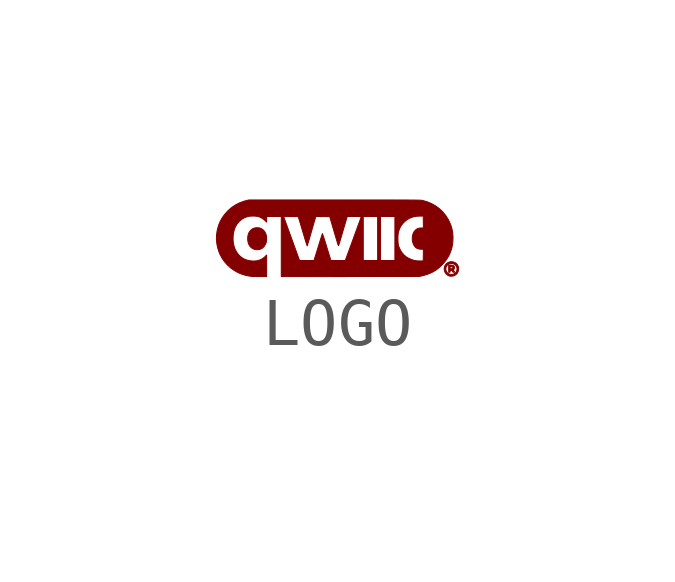
<source format=kicad_sym>
(kicad_symbol_lib
  (version 20210619)
  (generator bitmap2component)
  (symbol "LOGO"
    (pin_names
      (offset 1.016))
    (property "Reference" "#G"
      (at 0 0.697 0)
      (effects (font (size 1.27 1.27)) hide))
    (symbol "LOGO_0_0"
      (polyline (pts (xy 1.749 -0.843) (xy 1.807 -0.829) (xy 1.834 -0.823) (xy 1.925 -0.795) (xy 2.009 -0.759) (xy 2.086 -0.715) (xy 2.157 -0.661) (xy 2.225 -0.597) (xy 2.251 -0.569) (xy 2.312 -0.492) (xy 2.361 -0.411) (xy 2.399 -0.326) (xy 2.427 -0.236) (xy 2.443 -0.141) (xy 2.448 -0.042) (xy 2.448 -0.017) (xy 2.441 0.074) (xy 2.424 0.159) (xy 2.398 0.242) (xy 2.36 0.325) (xy 2.348 0.347) (xy 2.296 0.429) (xy 2.235 0.504) (xy 2.165 0.57) (xy 2.088 0.627) (xy 2.004 0.675) (xy 1.913 0.713) (xy 1.815 0.742) (xy 1.811 0.743) (xy 1.806 0.744) (xy 1.799 0.745) (xy 1.792 0.746) (xy 1.783 0.747) (xy 1.771 0.747) (xy 1.757 0.748) (xy 1.74 0.749) (xy 1.72 0.749) (xy 1.696 0.75) (xy 1.668 0.75) (xy 1.636 0.751) (xy 1.598 0.751) (xy 1.555 0.751) (xy 1.506 0.752) (xy 1.451 0.752) (xy 1.389 0.752) (xy 1.32 0.752) (xy 1.244 0.752) (xy 1.159 0.753) (xy 1.067 0.753) (xy 0.966 0.753) (xy 0.856 0.753) (xy 0.736 0.753) (xy 0.606 0.753) (xy -1.809 0.753) (xy -1.874 0.737) (xy -1.913 0.726) (xy -2.004 0.693) (xy -2.088 0.65) (xy -2.167 0.598) (xy -2.24 0.535) (xy -2.304 0.466) (xy -2.362 0.388) (xy -2.409 0.305) (xy -2.445 0.217) (xy -2.47 0.123) (xy -2.485 0.024) (xy -2.488 -0.065) (xy -2.479 -0.157) (xy -2.461 -0.248) (xy -2.431 -0.339) (xy -2.415 -0.378) (xy -2.371 -0.46) (xy -2.318 -0.536) (xy -2.256 -0.606) (xy -2.187 -0.668) (xy -2.11 -0.722) (xy -2.028 -0.767) (xy -1.941 -0.802) (xy -1.849 -0.827) (xy -1.755 -0.842) (xy -1.749 -0.842) (xy -1.73 -0.843) (xy -1.702 -0.844) (xy -1.667 -0.844) (xy -1.628 -0.845) (xy -1.586 -0.845) (xy -1.44 -0.846) (xy -1.44 -0.397) (xy -1.476 -0.432) (xy -1.483 -0.439) (xy -1.531 -0.475) (xy -1.586 -0.501) (xy -1.646 -0.517) (xy -1.712 -0.522) (xy -1.774 -0.518) (xy -1.843 -0.504) (xy -1.908 -0.479) (xy -1.959 -0.449) (xy -2.008 -0.407) (xy -2.05 -0.357) (xy -2.084 -0.3) (xy -2.098 -0.272) (xy -2.112 -0.235) (xy -2.123 -0.198) (xy -2.131 -0.158) (xy -2.138 -0.11) (xy -2.141 -0.059) (xy -2.138 0.009) (xy -2.129 0.076) (xy -2.112 0.14) (xy -2.09 0.195) (xy -2.056 0.252) (xy -2.012 0.304) (xy -1.96 0.348) (xy -1.901 0.382) (xy -1.836 0.406) (xy -1.835 0.406) (xy -1.8 0.413) (xy -1.759 0.416) (xy -1.715 0.417) (xy -1.672 0.415) (xy -1.633 0.41) (xy -1.602 0.403) (xy -1.57 0.39) (xy -1.518 0.361) (xy -1.472 0.322) (xy -1.44 0.291) (xy -1.44 0.408) (xy -1.134 0.408) (xy -1.134 0.405) (xy -1.085 0.405) (xy -0.934 0.407) (xy -0.916 0.407) (xy -0.867 0.407) (xy -0.829 0.407) (xy -0.803 0.406) (xy -0.786 0.404) (xy -0.78 0.402) (xy -0.779 0.4) (xy -0.776 0.389) (xy -0.769 0.368) (xy -0.76 0.338) (xy -0.748 0.3) (xy -0.735 0.256) (xy -0.72 0.205) (xy -0.704 0.151) (xy -0.687 0.093) (xy -0.679 0.067) (xy -0.662 0.011) (xy -0.647 -0.041) (xy -0.633 -0.088) (xy -0.62 -0.128) (xy -0.61 -0.161) (xy -0.602 -0.186) (xy -0.596 -0.201) (xy -0.594 -0.205) (xy -0.592 -0.202) (xy -0.588 -0.188) (xy -0.581 -0.165) (xy -0.571 -0.133) (xy -0.559 -0.094) (xy -0.546 -0.049) (xy -0.532 0.001) (xy -0.516 0.054) (xy -0.508 0.085) (xy -0.492 0.139) (xy -0.477 0.191) (xy -0.463 0.239) (xy -0.451 0.281) (xy -0.441 0.316) (xy -0.433 0.342) (xy -0.428 0.359) (xy -0.413 0.408) (xy -0.124 0.405) (xy -0.095 0.306) (xy -0.09 0.288) (xy -0.065 0.202) (xy -0.042 0.125) (xy -0.023 0.059) (xy -0.006 0.002) (xy 0.008 -0.046) (xy 0.02 -0.086) (xy 0.03 -0.119) (xy 0.038 -0.145) (xy 0.044 -0.165) (xy 0.05 -0.18) (xy 0.054 -0.19) (xy 0.057 -0.196) (xy 0.059 -0.199) (xy 0.061 -0.199) (xy 0.062 -0.198) (xy 0.063 -0.195) (xy 0.064 -0.193) (xy 0.068 -0.182) (xy 0.074 -0.16) (xy 0.084 -0.13) (xy 0.095 -0.091) (xy 0.108 -0.047) (xy 0.123 0.004) (xy 0.139 0.058) (xy 0.156 0.116) (xy 0.242 0.408) (xy 0.388 0.408) (xy 0.576 0.408) (xy 0.876 0.408) (xy 0.936 0.408) (xy 1.236 0.408) (xy 1.236 -0.054) (xy 1.299 -0.054) (xy 1.3 -0.004) (xy 1.303 0.04) (xy 1.309 0.078) (xy 1.319 0.114) (xy 1.333 0.149) (xy 1.351 0.189) (xy 1.361 0.206) (xy 1.394 0.253) (xy 1.436 0.297) (xy 1.482 0.335) (xy 1.53 0.365) (xy 1.541 0.37) (xy 1.591 0.391) (xy 1.64 0.405) (xy 1.692 0.413) (xy 1.752 0.416) (xy 1.827 0.417) (xy 1.829 0.293) (xy 1.83 0.168) (xy 1.784 0.168) (xy 1.758 0.167) (xy 1.723 0.16) (xy 1.693 0.146) (xy 1.664 0.124) (xy 1.636 0.091) (xy 1.616 0.051) (xy 1.603 0.006) (xy 1.598 -0.042) (xy 1.6 -0.091) (xy 1.61 -0.139) (xy 1.628 -0.183) (xy 1.653 -0.221) (xy 1.671 -0.24) (xy 1.7 -0.258) (xy 1.734 -0.27) (xy 1.777 -0.275) (xy 1.83 -0.278) (xy 1.829 -0.398) (xy 1.827 -0.519) (xy 1.77 -0.52) (xy 1.742 -0.52) (xy 1.683 -0.516) (xy 1.629 -0.506) (xy 1.577 -0.488) (xy 1.521 -0.463) (xy 1.48 -0.439) (xy 1.427 -0.396) (xy 1.383 -0.345) (xy 1.348 -0.287) (xy 1.339 -0.268) (xy 1.324 -0.235) (xy 1.313 -0.204) (xy 1.306 -0.174) (xy 1.302 -0.141) (xy 1.3 -0.102) (xy 1.299 -0.054) (xy 1.236 -0.054) (xy 1.236 -0.51) (xy 0.936 -0.51) (xy 0.936 0.408) (xy 0.876 0.408) (xy 0.876 -0.51) (xy 0.576 -0.51) (xy 0.576 0.408) (xy 0.388 0.408) (xy 0.418 0.408) (xy 0.455 0.408) (xy 0.487 0.407) (xy 0.512 0.406) (xy 0.528 0.405) (xy 0.534 0.404) (xy 0.534 0.403) (xy 0.53 0.392) (xy 0.522 0.371) (xy 0.512 0.341) (xy 0.498 0.303) (xy 0.481 0.257) (xy 0.462 0.205) (xy 0.441 0.146) (xy 0.418 0.083) (xy 0.393 0.016) (xy 0.368 -0.055) (xy 0.201 -0.51) (xy -0.099 -0.51) (xy -0.186 -0.228) (xy -0.188 -0.219) (xy -0.205 -0.164) (xy -0.221 -0.113) (xy -0.236 -0.067) (xy -0.249 -0.027) (xy -0.26 0.006) (xy -0.268 0.03) (xy -0.274 0.045) (xy -0.276 0.05) (xy -0.276 0.05) (xy -0.279 0.042) (xy -0.285 0.025) (xy -0.294 -0.002) (xy -0.305 -0.036) (xy -0.318 -0.078) (xy -0.333 -0.125) (xy -0.349 -0.177) (xy -0.366 -0.233) (xy -0.452 -0.51) (xy -0.603 -0.51) (xy -0.753 -0.51) (xy -0.919 -0.052) (xy -1.085 0.405) (xy -1.134 0.405) (xy -1.134 -0.846) (xy 1.749 -0.843)) (stroke (width 0.01)) (fill (type outline)))
      (polyline (pts (xy 2.428 -0.837) (xy 2.458 -0.832) (xy 2.481 -0.823) (xy 2.517 -0.799) (xy 2.543 -0.768) (xy 2.559 -0.73) (xy 2.565 -0.687) (xy 2.565 -0.675) (xy 2.563 -0.652) (xy 2.558 -0.634) (xy 2.548 -0.614) (xy 2.54 -0.601) (xy 2.525 -0.581) (xy 2.51 -0.567) (xy 2.485 -0.551) (xy 2.446 -0.538) (xy 2.407 -0.535) (xy 2.369 -0.542) (xy 2.334 -0.559) (xy 2.303 -0.585) (xy 2.279 -0.62) (xy 2.271 -0.638) (xy 2.264 -0.677) (xy 2.264 -0.681) (xy 2.298 -0.681) (xy 2.304 -0.648) (xy 2.32 -0.619) (xy 2.341 -0.598) (xy 2.373 -0.579) (xy 2.406 -0.571) (xy 2.441 -0.574) (xy 2.474 -0.587) (xy 2.503 -0.61) (xy 2.516 -0.626) (xy 2.529 -0.656) (xy 2.533 -0.689) (xy 2.527 -0.721) (xy 2.512 -0.751) (xy 2.489 -0.776) (xy 2.459 -0.795) (xy 2.455 -0.796) (xy 2.42 -0.803) (xy 2.385 -0.799) (xy 2.353 -0.785) (xy 2.324 -0.76) (xy 2.314 -0.746) (xy 2.301 -0.715) (xy 2.298 -0.681) (xy 2.264 -0.681) (xy 2.267 -0.716) (xy 2.279 -0.753) (xy 2.301 -0.786) (xy 2.33 -0.813) (xy 2.367 -0.833) (xy 2.373 -0.835) (xy 2.398 -0.838) (xy 2.428 -0.837)) (stroke (width 0.01)) (fill (type outline)))
      (polyline (pts (xy -1.606 -0.283) (xy -1.561 -0.271) (xy -1.524 -0.25) (xy -1.494 -0.22) (xy -1.468 -0.179) (xy -1.461 -0.166) (xy -1.452 -0.145) (xy -1.447 -0.126) (xy -1.444 -0.105) (xy -1.442 -0.076) (xy -1.441 -0.044) (xy -1.446 0.009) (xy -1.459 0.054) (xy -1.481 0.093) (xy -1.512 0.128) (xy -1.521 0.135) (xy -1.555 0.158) (xy -1.594 0.17) (xy -1.638 0.174) (xy -1.648 0.174) (xy -1.691 0.168) (xy -1.729 0.154) (xy -1.763 0.129) (xy -1.778 0.114) (xy -1.806 0.076) (xy -1.824 0.033) (xy -1.834 -0.017) (xy -1.835 -0.075) (xy -1.832 -0.103) (xy -1.82 -0.155) (xy -1.799 -0.199) (xy -1.77 -0.234) (xy -1.732 -0.262) (xy -1.687 -0.28) (xy -1.679 -0.282) (xy -1.653 -0.285) (xy -1.629 -0.285) (xy -1.606 -0.283)) (stroke (width 0.01)) (fill (type outline)))
      (polyline (pts (xy 2.382 -0.755) (xy 2.387 -0.749) (xy 2.388 -0.735) (xy 2.389 -0.721) (xy 2.394 -0.715) (xy 2.406 -0.714) (xy 2.415 -0.715) (xy 2.426 -0.721) (xy 2.434 -0.735) (xy 2.441 -0.747) (xy 2.45 -0.754) (xy 2.465 -0.756) (xy 2.469 -0.756) (xy 2.478 -0.755) (xy 2.481 -0.751) (xy 2.476 -0.742) (xy 2.465 -0.725) (xy 2.464 -0.723) (xy 2.457 -0.712) (xy 2.458 -0.705) (xy 2.466 -0.696) (xy 2.47 -0.691) (xy 2.477 -0.672) (xy 2.478 -0.65) (xy 2.472 -0.63) (xy 2.466 -0.623) (xy 2.448 -0.614) (xy 2.422 -0.608) (xy 2.39 -0.606) (xy 2.358 -0.606) (xy 2.358 -0.685) (xy 2.388 -0.685) (xy 2.388 -0.635) (xy 2.413 -0.637) (xy 2.424 -0.639) (xy 2.441 -0.646) (xy 2.448 -0.657) (xy 2.445 -0.67) (xy 2.433 -0.679) (xy 2.413 -0.683) (xy 2.388 -0.685) (xy 2.358 -0.685) (xy 2.358 -0.756) (xy 2.373 -0.756) (xy 2.382 -0.755)) (stroke (width 0.01)) (fill (type outline))))))
</source>
